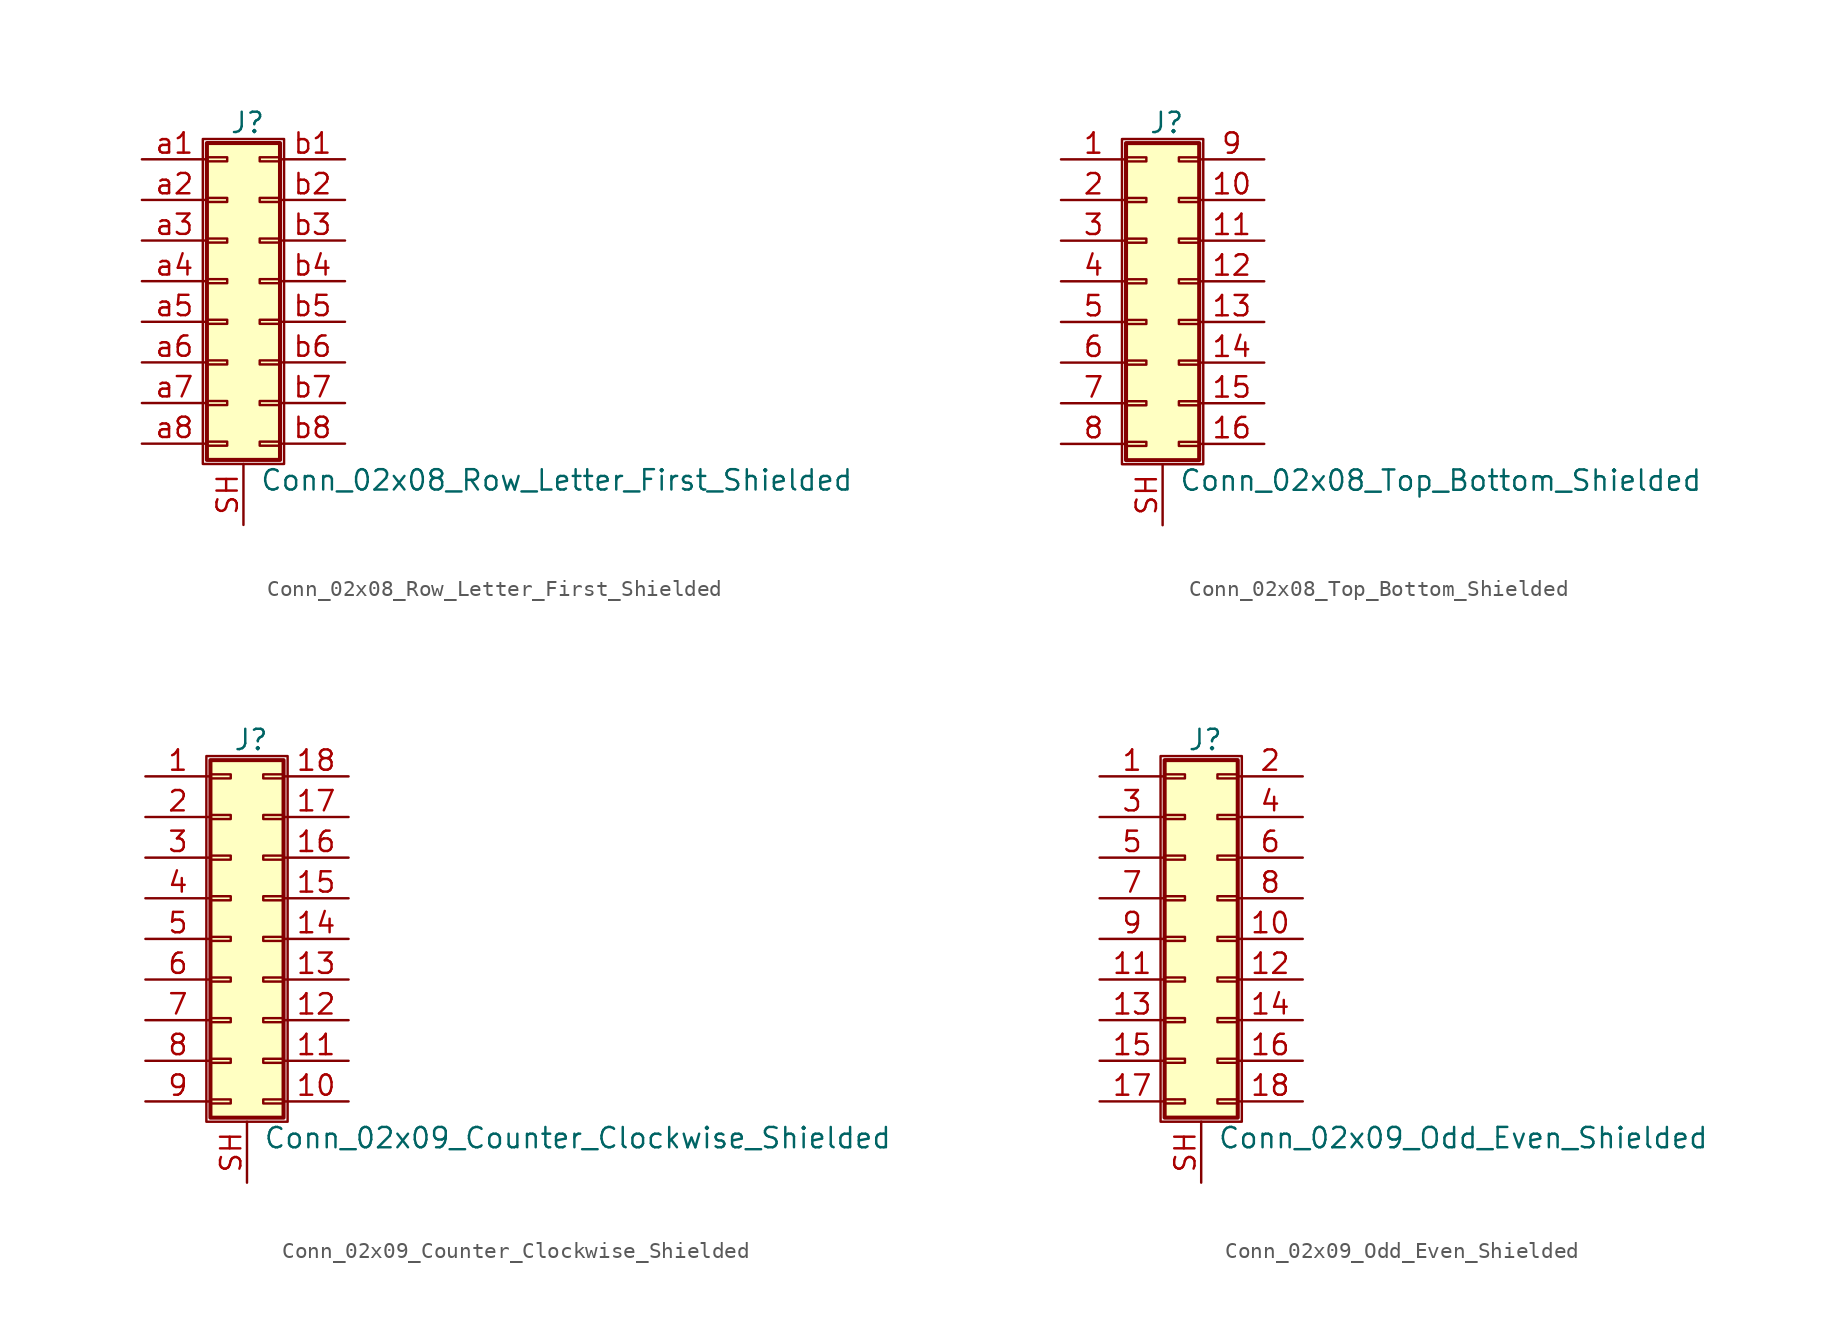
<source format=kicad_sym>
(kicad_symbol_lib
  (version 20211014)
  (generator kicad_symbol_editor)
  (symbol "Conn_02x08_Row_Letter_First_Shielded"
    (pin_names
      (offset 1.016) hide)
    (property "Reference" "J"
      (at 1.524 9.906 0)
      (effects (font (size 1.27 1.27))))
    (property "Value" "Conn_02x08_Row_Letter_First_Shielded"
      (at 2.286 -12.446 0)
      (effects (font (size 1.27 1.27)) (justify left)))
    (symbol "Conn_02x08_Row_Letter_First_Shielded_1_1"
      (rectangle (start -1.27 8.89) (end 3.81 -11.43) (stroke (width 0.152) (type default) (color 0 0 0 0)) (fill (type none)))
      (rectangle (start -1.016 -10.033) (end 0.254 -10.287) (stroke (width 0.152) (type default) (color 0 0 0 0)) (fill (type none)))
      (rectangle (start -1.016 -7.493) (end 0.254 -7.747) (stroke (width 0.152) (type default) (color 0 0 0 0)) (fill (type none)))
      (rectangle (start -1.016 -4.953) (end 0.254 -5.207) (stroke (width 0.152) (type default) (color 0 0 0 0)) (fill (type none)))
      (rectangle (start -1.016 -2.413) (end 0.254 -2.667) (stroke (width 0.152) (type default) (color 0 0 0 0)) (fill (type none)))
      (rectangle (start -1.016 0.127) (end 0.254 -0.127) (stroke (width 0.152) (type default) (color 0 0 0 0)) (fill (type none)))
      (rectangle (start -1.016 2.667) (end 0.254 2.413) (stroke (width 0.152) (type default) (color 0 0 0 0)) (fill (type none)))
      (rectangle (start -1.016 5.207) (end 0.254 4.953) (stroke (width 0.152) (type default) (color 0 0 0 0)) (fill (type none)))
      (rectangle (start -1.016 7.747) (end 0.254 7.493) (stroke (width 0.152) (type default) (color 0 0 0 0)) (fill (type none)))
      (rectangle (start -1.016 8.636) (end 3.556 -11.176) (stroke (width 0.254) (type default) (color 0 0 0 0)) (fill (type background)))
      (rectangle (start 3.556 -10.033) (end 2.286 -10.287) (stroke (width 0.152) (type default) (color 0 0 0 0)) (fill (type none)))
      (rectangle (start 3.556 -7.493) (end 2.286 -7.747) (stroke (width 0.152) (type default) (color 0 0 0 0)) (fill (type none)))
      (rectangle (start 3.556 -4.953) (end 2.286 -5.207) (stroke (width 0.152) (type default) (color 0 0 0 0)) (fill (type none)))
      (rectangle (start 3.556 -2.413) (end 2.286 -2.667) (stroke (width 0.152) (type default) (color 0 0 0 0)) (fill (type none)))
      (rectangle (start 3.556 0.127) (end 2.286 -0.127) (stroke (width 0.152) (type default) (color 0 0 0 0)) (fill (type none)))
      (rectangle (start 3.556 2.667) (end 2.286 2.413) (stroke (width 0.152) (type default) (color 0 0 0 0)) (fill (type none)))
      (rectangle (start 3.556 5.207) (end 2.286 4.953) (stroke (width 0.152) (type default) (color 0 0 0 0)) (fill (type none)))
      (rectangle (start 3.556 7.747) (end 2.286 7.493) (stroke (width 0.152) (type default) (color 0 0 0 0)) (fill (type none)))
      (pin passive line (at 1.27 -15.24 90) (length 3.81) (name "Shield" (effects (font (size 1.27 1.27)))) (number "SH" (effects (font (size 1.27 1.27)))))
      (pin passive line (at -5.08 7.62 0) (length 4.064) (name "Pin_a1" (effects (font (size 1.27 1.27)))) (number "a1" (effects (font (size 1.27 1.27)))))
      (pin passive line (at -5.08 5.08 0) (length 4.064) (name "Pin_a2" (effects (font (size 1.27 1.27)))) (number "a2" (effects (font (size 1.27 1.27)))))
      (pin passive line (at -5.08 2.54 0) (length 4.064) (name "Pin_a3" (effects (font (size 1.27 1.27)))) (number "a3" (effects (font (size 1.27 1.27)))))
      (pin passive line (at -5.08 0 0) (length 4.064) (name "Pin_a4" (effects (font (size 1.27 1.27)))) (number "a4" (effects (font (size 1.27 1.27)))))
      (pin passive line (at -5.08 -2.54 0) (length 4.064) (name "Pin_a5" (effects (font (size 1.27 1.27)))) (number "a5" (effects (font (size 1.27 1.27)))))
      (pin passive line (at -5.08 -5.08 0) (length 4.064) (name "Pin_a6" (effects (font (size 1.27 1.27)))) (number "a6" (effects (font (size 1.27 1.27)))))
      (pin passive line (at -5.08 -7.62 0) (length 4.064) (name "Pin_a7" (effects (font (size 1.27 1.27)))) (number "a7" (effects (font (size 1.27 1.27)))))
      (pin passive line (at -5.08 -10.16 0) (length 4.064) (name "Pin_a8" (effects (font (size 1.27 1.27)))) (number "a8" (effects (font (size 1.27 1.27)))))
      (pin passive line (at 7.62 7.62 180) (length 4.064) (name "Pin_b1" (effects (font (size 1.27 1.27)))) (number "b1" (effects (font (size 1.27 1.27)))))
      (pin passive line (at 7.62 5.08 180) (length 4.064) (name "Pin_b2" (effects (font (size 1.27 1.27)))) (number "b2" (effects (font (size 1.27 1.27)))))
      (pin passive line (at 7.62 2.54 180) (length 4.064) (name "Pin_b3" (effects (font (size 1.27 1.27)))) (number "b3" (effects (font (size 1.27 1.27)))))
      (pin passive line (at 7.62 0 180) (length 4.064) (name "Pin_b4" (effects (font (size 1.27 1.27)))) (number "b4" (effects (font (size 1.27 1.27)))))
      (pin passive line (at 7.62 -2.54 180) (length 4.064) (name "Pin_b5" (effects (font (size 1.27 1.27)))) (number "b5" (effects (font (size 1.27 1.27)))))
      (pin passive line (at 7.62 -5.08 180) (length 4.064) (name "Pin_b6" (effects (font (size 1.27 1.27)))) (number "b6" (effects (font (size 1.27 1.27)))))
      (pin passive line (at 7.62 -7.62 180) (length 4.064) (name "Pin_b7" (effects (font (size 1.27 1.27)))) (number "b7" (effects (font (size 1.27 1.27)))))
      (pin passive line (at 7.62 -10.16 180) (length 4.064) (name "Pin_b8" (effects (font (size 1.27 1.27)))) (number "b8" (effects (font (size 1.27 1.27)))))))
  (symbol "Conn_02x08_Top_Bottom_Shielded"
    (pin_names
      (offset 1.016) hide)
    (property "Reference" "J"
      (at 1.524 9.906 0)
      (effects (font (size 1.27 1.27))))
    (property "Value" "Conn_02x08_Top_Bottom_Shielded"
      (at 2.286 -12.446 0)
      (effects (font (size 1.27 1.27)) (justify left)))
    (symbol "Conn_02x08_Top_Bottom_Shielded_1_1"
      (rectangle (start -1.27 8.89) (end 3.81 -11.43) (stroke (width 0.152) (type default) (color 0 0 0 0)) (fill (type none)))
      (rectangle (start -1.016 -10.033) (end 0.254 -10.287) (stroke (width 0.152) (type default) (color 0 0 0 0)) (fill (type none)))
      (rectangle (start -1.016 -7.493) (end 0.254 -7.747) (stroke (width 0.152) (type default) (color 0 0 0 0)) (fill (type none)))
      (rectangle (start -1.016 -4.953) (end 0.254 -5.207) (stroke (width 0.152) (type default) (color 0 0 0 0)) (fill (type none)))
      (rectangle (start -1.016 -2.413) (end 0.254 -2.667) (stroke (width 0.152) (type default) (color 0 0 0 0)) (fill (type none)))
      (rectangle (start -1.016 0.127) (end 0.254 -0.127) (stroke (width 0.152) (type default) (color 0 0 0 0)) (fill (type none)))
      (rectangle (start -1.016 2.667) (end 0.254 2.413) (stroke (width 0.152) (type default) (color 0 0 0 0)) (fill (type none)))
      (rectangle (start -1.016 5.207) (end 0.254 4.953) (stroke (width 0.152) (type default) (color 0 0 0 0)) (fill (type none)))
      (rectangle (start -1.016 7.747) (end 0.254 7.493) (stroke (width 0.152) (type default) (color 0 0 0 0)) (fill (type none)))
      (rectangle (start -1.016 8.636) (end 3.556 -11.176) (stroke (width 0.254) (type default) (color 0 0 0 0)) (fill (type background)))
      (rectangle (start 3.556 -10.033) (end 2.286 -10.287) (stroke (width 0.152) (type default) (color 0 0 0 0)) (fill (type none)))
      (rectangle (start 3.556 -7.493) (end 2.286 -7.747) (stroke (width 0.152) (type default) (color 0 0 0 0)) (fill (type none)))
      (rectangle (start 3.556 -4.953) (end 2.286 -5.207) (stroke (width 0.152) (type default) (color 0 0 0 0)) (fill (type none)))
      (rectangle (start 3.556 -2.413) (end 2.286 -2.667) (stroke (width 0.152) (type default) (color 0 0 0 0)) (fill (type none)))
      (rectangle (start 3.556 0.127) (end 2.286 -0.127) (stroke (width 0.152) (type default) (color 0 0 0 0)) (fill (type none)))
      (rectangle (start 3.556 2.667) (end 2.286 2.413) (stroke (width 0.152) (type default) (color 0 0 0 0)) (fill (type none)))
      (rectangle (start 3.556 5.207) (end 2.286 4.953) (stroke (width 0.152) (type default) (color 0 0 0 0)) (fill (type none)))
      (rectangle (start 3.556 7.747) (end 2.286 7.493) (stroke (width 0.152) (type default) (color 0 0 0 0)) (fill (type none)))
      (pin passive line (at -5.08 7.62 0) (length 4.064) (name "Pin_1" (effects (font (size 1.27 1.27)))) (number "1" (effects (font (size 1.27 1.27)))))
      (pin passive line (at 7.62 5.08 180) (length 4.064) (name "Pin_10" (effects (font (size 1.27 1.27)))) (number "10" (effects (font (size 1.27 1.27)))))
      (pin passive line (at 7.62 2.54 180) (length 4.064) (name "Pin_11" (effects (font (size 1.27 1.27)))) (number "11" (effects (font (size 1.27 1.27)))))
      (pin passive line (at 7.62 0 180) (length 4.064) (name "Pin_12" (effects (font (size 1.27 1.27)))) (number "12" (effects (font (size 1.27 1.27)))))
      (pin passive line (at 7.62 -2.54 180) (length 4.064) (name "Pin_13" (effects (font (size 1.27 1.27)))) (number "13" (effects (font (size 1.27 1.27)))))
      (pin passive line (at 7.62 -5.08 180) (length 4.064) (name "Pin_14" (effects (font (size 1.27 1.27)))) (number "14" (effects (font (size 1.27 1.27)))))
      (pin passive line (at 7.62 -7.62 180) (length 4.064) (name "Pin_15" (effects (font (size 1.27 1.27)))) (number "15" (effects (font (size 1.27 1.27)))))
      (pin passive line (at 7.62 -10.16 180) (length 4.064) (name "Pin_16" (effects (font (size 1.27 1.27)))) (number "16" (effects (font (size 1.27 1.27)))))
      (pin passive line (at -5.08 5.08 0) (length 4.064) (name "Pin_2" (effects (font (size 1.27 1.27)))) (number "2" (effects (font (size 1.27 1.27)))))
      (pin passive line (at -5.08 2.54 0) (length 4.064) (name "Pin_3" (effects (font (size 1.27 1.27)))) (number "3" (effects (font (size 1.27 1.27)))))
      (pin passive line (at -5.08 0 0) (length 4.064) (name "Pin_4" (effects (font (size 1.27 1.27)))) (number "4" (effects (font (size 1.27 1.27)))))
      (pin passive line (at -5.08 -2.54 0) (length 4.064) (name "Pin_5" (effects (font (size 1.27 1.27)))) (number "5" (effects (font (size 1.27 1.27)))))
      (pin passive line (at -5.08 -5.08 0) (length 4.064) (name "Pin_6" (effects (font (size 1.27 1.27)))) (number "6" (effects (font (size 1.27 1.27)))))
      (pin passive line (at -5.08 -7.62 0) (length 4.064) (name "Pin_7" (effects (font (size 1.27 1.27)))) (number "7" (effects (font (size 1.27 1.27)))))
      (pin passive line (at -5.08 -10.16 0) (length 4.064) (name "Pin_8" (effects (font (size 1.27 1.27)))) (number "8" (effects (font (size 1.27 1.27)))))
      (pin passive line (at 7.62 7.62 180) (length 4.064) (name "Pin_9" (effects (font (size 1.27 1.27)))) (number "9" (effects (font (size 1.27 1.27)))))
      (pin passive line (at 1.27 -15.24 90) (length 3.81) (name "Shield" (effects (font (size 1.27 1.27)))) (number "SH" (effects (font (size 1.27 1.27)))))))
  (symbol "Conn_02x09_Counter_Clockwise_Shielded"
    (pin_names
      (offset 1.016) hide)
    (property "Reference" "J"
      (at 1.524 12.446 0)
      (effects (font (size 1.27 1.27))))
    (property "Value" "Conn_02x09_Counter_Clockwise_Shielded"
      (at 2.286 -12.446 0)
      (effects (font (size 1.27 1.27)) (justify left)))
    (symbol "Conn_02x09_Counter_Clockwise_Shielded_1_1"
      (rectangle (start -1.27 11.43) (end 3.81 -11.43) (stroke (width 0.152) (type default) (color 0 0 0 0)) (fill (type none)))
      (rectangle (start -1.016 -10.033) (end 0.254 -10.287) (stroke (width 0.152) (type default) (color 0 0 0 0)) (fill (type none)))
      (rectangle (start -1.016 -7.493) (end 0.254 -7.747) (stroke (width 0.152) (type default) (color 0 0 0 0)) (fill (type none)))
      (rectangle (start -1.016 -4.953) (end 0.254 -5.207) (stroke (width 0.152) (type default) (color 0 0 0 0)) (fill (type none)))
      (rectangle (start -1.016 -2.413) (end 0.254 -2.667) (stroke (width 0.152) (type default) (color 0 0 0 0)) (fill (type none)))
      (rectangle (start -1.016 0.127) (end 0.254 -0.127) (stroke (width 0.152) (type default) (color 0 0 0 0)) (fill (type none)))
      (rectangle (start -1.016 2.667) (end 0.254 2.413) (stroke (width 0.152) (type default) (color 0 0 0 0)) (fill (type none)))
      (rectangle (start -1.016 5.207) (end 0.254 4.953) (stroke (width 0.152) (type default) (color 0 0 0 0)) (fill (type none)))
      (rectangle (start -1.016 7.747) (end 0.254 7.493) (stroke (width 0.152) (type default) (color 0 0 0 0)) (fill (type none)))
      (rectangle (start -1.016 10.287) (end 0.254 10.033) (stroke (width 0.152) (type default) (color 0 0 0 0)) (fill (type none)))
      (rectangle (start -1.016 11.176) (end 3.556 -11.176) (stroke (width 0.254) (type default) (color 0 0 0 0)) (fill (type background)))
      (rectangle (start 3.556 -10.033) (end 2.286 -10.287) (stroke (width 0.152) (type default) (color 0 0 0 0)) (fill (type none)))
      (rectangle (start 3.556 -7.493) (end 2.286 -7.747) (stroke (width 0.152) (type default) (color 0 0 0 0)) (fill (type none)))
      (rectangle (start 3.556 -4.953) (end 2.286 -5.207) (stroke (width 0.152) (type default) (color 0 0 0 0)) (fill (type none)))
      (rectangle (start 3.556 -2.413) (end 2.286 -2.667) (stroke (width 0.152) (type default) (color 0 0 0 0)) (fill (type none)))
      (rectangle (start 3.556 0.127) (end 2.286 -0.127) (stroke (width 0.152) (type default) (color 0 0 0 0)) (fill (type none)))
      (rectangle (start 3.556 2.667) (end 2.286 2.413) (stroke (width 0.152) (type default) (color 0 0 0 0)) (fill (type none)))
      (rectangle (start 3.556 5.207) (end 2.286 4.953) (stroke (width 0.152) (type default) (color 0 0 0 0)) (fill (type none)))
      (rectangle (start 3.556 7.747) (end 2.286 7.493) (stroke (width 0.152) (type default) (color 0 0 0 0)) (fill (type none)))
      (rectangle (start 3.556 10.287) (end 2.286 10.033) (stroke (width 0.152) (type default) (color 0 0 0 0)) (fill (type none)))
      (pin passive line (at -5.08 10.16 0) (length 4.064) (name "Pin_1" (effects (font (size 1.27 1.27)))) (number "1" (effects (font (size 1.27 1.27)))))
      (pin passive line (at 7.62 -10.16 180) (length 4.064) (name "Pin_10" (effects (font (size 1.27 1.27)))) (number "10" (effects (font (size 1.27 1.27)))))
      (pin passive line (at 7.62 -7.62 180) (length 4.064) (name "Pin_11" (effects (font (size 1.27 1.27)))) (number "11" (effects (font (size 1.27 1.27)))))
      (pin passive line (at 7.62 -5.08 180) (length 4.064) (name "Pin_12" (effects (font (size 1.27 1.27)))) (number "12" (effects (font (size 1.27 1.27)))))
      (pin passive line (at 7.62 -2.54 180) (length 4.064) (name "Pin_13" (effects (font (size 1.27 1.27)))) (number "13" (effects (font (size 1.27 1.27)))))
      (pin passive line (at 7.62 0 180) (length 4.064) (name "Pin_14" (effects (font (size 1.27 1.27)))) (number "14" (effects (font (size 1.27 1.27)))))
      (pin passive line (at 7.62 2.54 180) (length 4.064) (name "Pin_15" (effects (font (size 1.27 1.27)))) (number "15" (effects (font (size 1.27 1.27)))))
      (pin passive line (at 7.62 5.08 180) (length 4.064) (name "Pin_16" (effects (font (size 1.27 1.27)))) (number "16" (effects (font (size 1.27 1.27)))))
      (pin passive line (at 7.62 7.62 180) (length 4.064) (name "Pin_17" (effects (font (size 1.27 1.27)))) (number "17" (effects (font (size 1.27 1.27)))))
      (pin passive line (at 7.62 10.16 180) (length 4.064) (name "Pin_18" (effects (font (size 1.27 1.27)))) (number "18" (effects (font (size 1.27 1.27)))))
      (pin passive line (at -5.08 7.62 0) (length 4.064) (name "Pin_2" (effects (font (size 1.27 1.27)))) (number "2" (effects (font (size 1.27 1.27)))))
      (pin passive line (at -5.08 5.08 0) (length 4.064) (name "Pin_3" (effects (font (size 1.27 1.27)))) (number "3" (effects (font (size 1.27 1.27)))))
      (pin passive line (at -5.08 2.54 0) (length 4.064) (name "Pin_4" (effects (font (size 1.27 1.27)))) (number "4" (effects (font (size 1.27 1.27)))))
      (pin passive line (at -5.08 0 0) (length 4.064) (name "Pin_5" (effects (font (size 1.27 1.27)))) (number "5" (effects (font (size 1.27 1.27)))))
      (pin passive line (at -5.08 -2.54 0) (length 4.064) (name "Pin_6" (effects (font (size 1.27 1.27)))) (number "6" (effects (font (size 1.27 1.27)))))
      (pin passive line (at -5.08 -5.08 0) (length 4.064) (name "Pin_7" (effects (font (size 1.27 1.27)))) (number "7" (effects (font (size 1.27 1.27)))))
      (pin passive line (at -5.08 -7.62 0) (length 4.064) (name "Pin_8" (effects (font (size 1.27 1.27)))) (number "8" (effects (font (size 1.27 1.27)))))
      (pin passive line (at -5.08 -10.16 0) (length 4.064) (name "Pin_9" (effects (font (size 1.27 1.27)))) (number "9" (effects (font (size 1.27 1.27)))))
      (pin passive line (at 1.27 -15.24 90) (length 3.81) (name "Shield" (effects (font (size 1.27 1.27)))) (number "SH" (effects (font (size 1.27 1.27)))))))
  (symbol "Conn_02x09_Odd_Even_Shielded"
    (pin_names
      (offset 1.016) hide)
    (property "Reference" "J"
      (at 1.524 12.446 0)
      (effects (font (size 1.27 1.27))))
    (property "Value" "Conn_02x09_Odd_Even_Shielded"
      (at 2.286 -12.446 0)
      (effects (font (size 1.27 1.27)) (justify left)))
    (symbol "Conn_02x09_Odd_Even_Shielded_1_1"
      (rectangle (start -1.27 11.43) (end 3.81 -11.43) (stroke (width 0.152) (type default) (color 0 0 0 0)) (fill (type none)))
      (rectangle (start -1.016 -10.033) (end 0.254 -10.287) (stroke (width 0.152) (type default) (color 0 0 0 0)) (fill (type none)))
      (rectangle (start -1.016 -7.493) (end 0.254 -7.747) (stroke (width 0.152) (type default) (color 0 0 0 0)) (fill (type none)))
      (rectangle (start -1.016 -4.953) (end 0.254 -5.207) (stroke (width 0.152) (type default) (color 0 0 0 0)) (fill (type none)))
      (rectangle (start -1.016 -2.413) (end 0.254 -2.667) (stroke (width 0.152) (type default) (color 0 0 0 0)) (fill (type none)))
      (rectangle (start -1.016 0.127) (end 0.254 -0.127) (stroke (width 0.152) (type default) (color 0 0 0 0)) (fill (type none)))
      (rectangle (start -1.016 2.667) (end 0.254 2.413) (stroke (width 0.152) (type default) (color 0 0 0 0)) (fill (type none)))
      (rectangle (start -1.016 5.207) (end 0.254 4.953) (stroke (width 0.152) (type default) (color 0 0 0 0)) (fill (type none)))
      (rectangle (start -1.016 7.747) (end 0.254 7.493) (stroke (width 0.152) (type default) (color 0 0 0 0)) (fill (type none)))
      (rectangle (start -1.016 10.287) (end 0.254 10.033) (stroke (width 0.152) (type default) (color 0 0 0 0)) (fill (type none)))
      (rectangle (start -1.016 11.176) (end 3.556 -11.176) (stroke (width 0.254) (type default) (color 0 0 0 0)) (fill (type background)))
      (rectangle (start 3.556 -10.033) (end 2.286 -10.287) (stroke (width 0.152) (type default) (color 0 0 0 0)) (fill (type none)))
      (rectangle (start 3.556 -7.493) (end 2.286 -7.747) (stroke (width 0.152) (type default) (color 0 0 0 0)) (fill (type none)))
      (rectangle (start 3.556 -4.953) (end 2.286 -5.207) (stroke (width 0.152) (type default) (color 0 0 0 0)) (fill (type none)))
      (rectangle (start 3.556 -2.413) (end 2.286 -2.667) (stroke (width 0.152) (type default) (color 0 0 0 0)) (fill (type none)))
      (rectangle (start 3.556 0.127) (end 2.286 -0.127) (stroke (width 0.152) (type default) (color 0 0 0 0)) (fill (type none)))
      (rectangle (start 3.556 2.667) (end 2.286 2.413) (stroke (width 0.152) (type default) (color 0 0 0 0)) (fill (type none)))
      (rectangle (start 3.556 5.207) (end 2.286 4.953) (stroke (width 0.152) (type default) (color 0 0 0 0)) (fill (type none)))
      (rectangle (start 3.556 7.747) (end 2.286 7.493) (stroke (width 0.152) (type default) (color 0 0 0 0)) (fill (type none)))
      (rectangle (start 3.556 10.287) (end 2.286 10.033) (stroke (width 0.152) (type default) (color 0 0 0 0)) (fill (type none)))
      (pin passive line (at -5.08 10.16 0) (length 4.064) (name "Pin_1" (effects (font (size 1.27 1.27)))) (number "1" (effects (font (size 1.27 1.27)))))
      (pin passive line (at 7.62 0 180) (length 4.064) (name "Pin_10" (effects (font (size 1.27 1.27)))) (number "10" (effects (font (size 1.27 1.27)))))
      (pin passive line (at -5.08 -2.54 0) (length 4.064) (name "Pin_11" (effects (font (size 1.27 1.27)))) (number "11" (effects (font (size 1.27 1.27)))))
      (pin passive line (at 7.62 -2.54 180) (length 4.064) (name "Pin_12" (effects (font (size 1.27 1.27)))) (number "12" (effects (font (size 1.27 1.27)))))
      (pin passive line (at -5.08 -5.08 0) (length 4.064) (name "Pin_13" (effects (font (size 1.27 1.27)))) (number "13" (effects (font (size 1.27 1.27)))))
      (pin passive line (at 7.62 -5.08 180) (length 4.064) (name "Pin_14" (effects (font (size 1.27 1.27)))) (number "14" (effects (font (size 1.27 1.27)))))
      (pin passive line (at -5.08 -7.62 0) (length 4.064) (name "Pin_15" (effects (font (size 1.27 1.27)))) (number "15" (effects (font (size 1.27 1.27)))))
      (pin passive line (at 7.62 -7.62 180) (length 4.064) (name "Pin_16" (effects (font (size 1.27 1.27)))) (number "16" (effects (font (size 1.27 1.27)))))
      (pin passive line (at -5.08 -10.16 0) (length 4.064) (name "Pin_17" (effects (font (size 1.27 1.27)))) (number "17" (effects (font (size 1.27 1.27)))))
      (pin passive line (at 7.62 -10.16 180) (length 4.064) (name "Pin_18" (effects (font (size 1.27 1.27)))) (number "18" (effects (font (size 1.27 1.27)))))
      (pin passive line (at 7.62 10.16 180) (length 4.064) (name "Pin_2" (effects (font (size 1.27 1.27)))) (number "2" (effects (font (size 1.27 1.27)))))
      (pin passive line (at -5.08 7.62 0) (length 4.064) (name "Pin_3" (effects (font (size 1.27 1.27)))) (number "3" (effects (font (size 1.27 1.27)))))
      (pin passive line (at 7.62 7.62 180) (length 4.064) (name "Pin_4" (effects (font (size 1.27 1.27)))) (number "4" (effects (font (size 1.27 1.27)))))
      (pin passive line (at -5.08 5.08 0) (length 4.064) (name "Pin_5" (effects (font (size 1.27 1.27)))) (number "5" (effects (font (size 1.27 1.27)))))
      (pin passive line (at 7.62 5.08 180) (length 4.064) (name "Pin_6" (effects (font (size 1.27 1.27)))) (number "6" (effects (font (size 1.27 1.27)))))
      (pin passive line (at -5.08 2.54 0) (length 4.064) (name "Pin_7" (effects (font (size 1.27 1.27)))) (number "7" (effects (font (size 1.27 1.27)))))
      (pin passive line (at 7.62 2.54 180) (length 4.064) (name "Pin_8" (effects (font (size 1.27 1.27)))) (number "8" (effects (font (size 1.27 1.27)))))
      (pin passive line (at -5.08 0 0) (length 4.064) (name "Pin_9" (effects (font (size 1.27 1.27)))) (number "9" (effects (font (size 1.27 1.27)))))
      (pin passive line (at 1.27 -15.24 90) (length 3.81) (name "Shield" (effects (font (size 1.27 1.27)))) (number "SH" (effects (font (size 1.27 1.27))))))))
</source>
